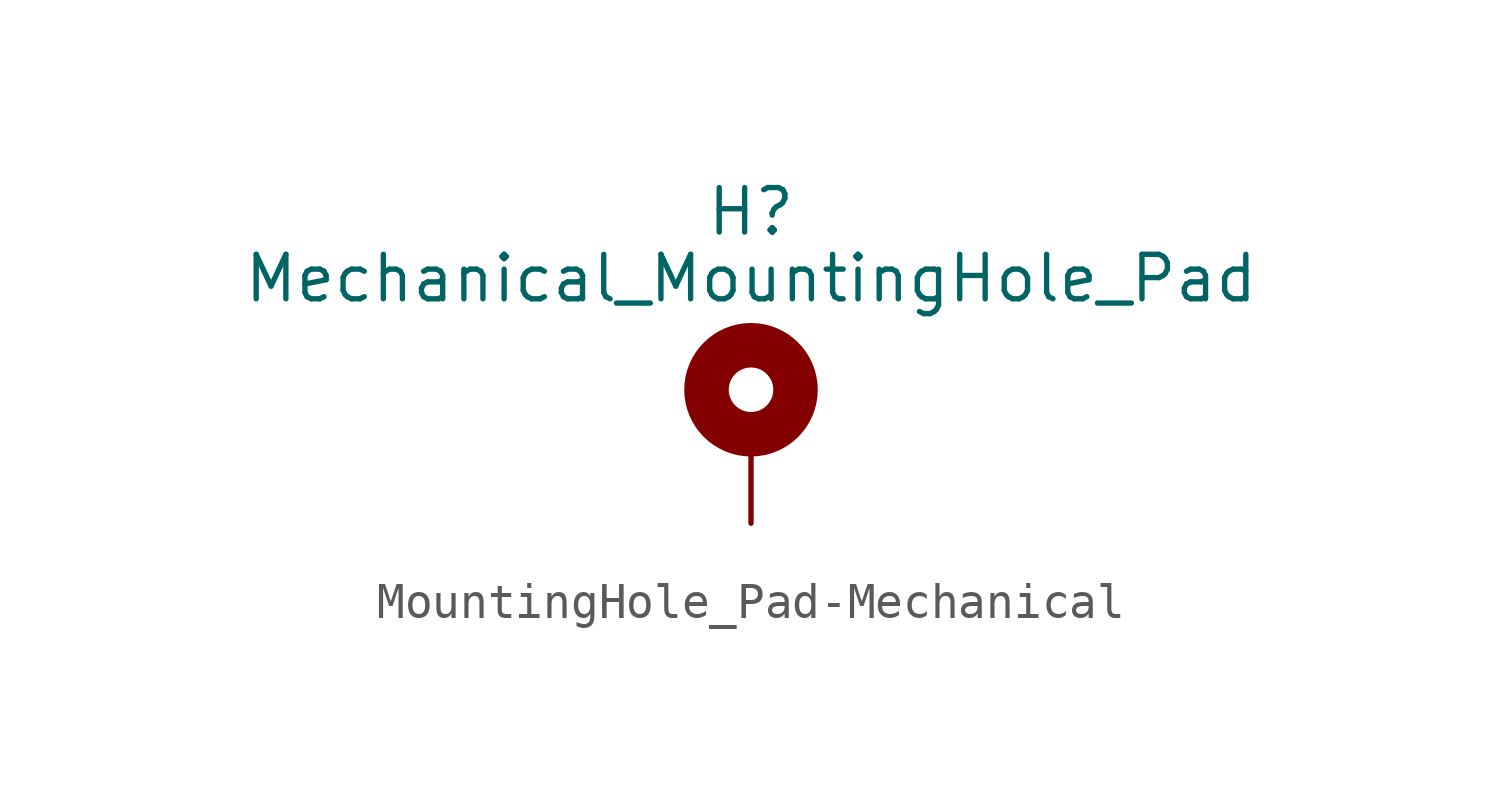
<source format=kicad_sym>
(kicad_symbol_lib
  (version 20220914)
  (generator kicad_symbol_editor)
  (symbol "MountingHole_Pad-Mechanical"
    (pin_numbers hide)
    (pin_names
      (offset 1.016) hide)
    (property "Reference" "H"
      (at 0 6.35 0)
      (effects (font (size 1.27 1.27))))
    (property "Value" "Mechanical_MountingHole_Pad"
      (at 0 4.445 0)
      (effects (font (size 1.27 1.27))))
    (symbol "MountingHole_Pad-Mechanical_0_1"
      (circle (center 0 1.27) (radius 1.27) (stroke (width 1.27) (type solid)) (fill (type none))))
    (symbol "MountingHole_Pad-Mechanical_1_1"
      (pin input line (at 0 -2.54 90) (length 2.54) (name "1" (effects (font (size 1.27 1.27)))) (number "1" (effects (font (size 1.27 1.27))))))))
</source>
